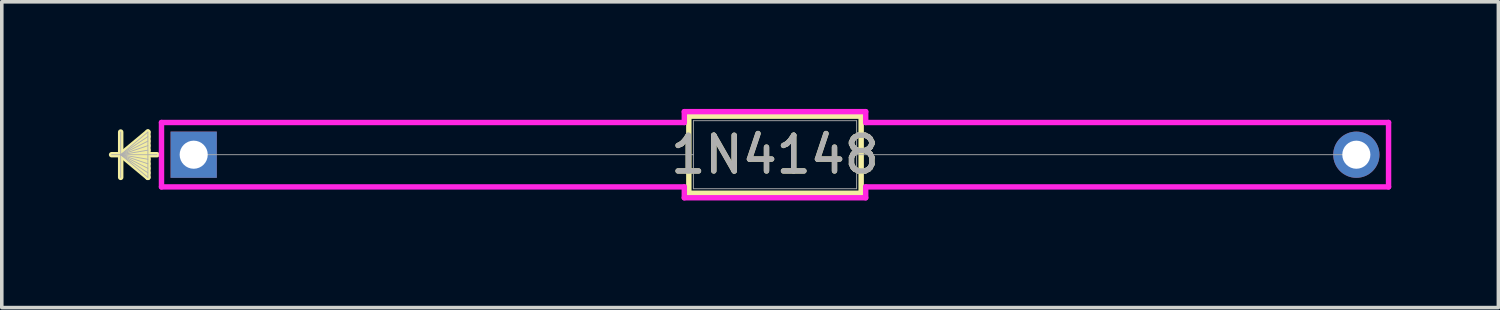
<source format=kicad_pcb>
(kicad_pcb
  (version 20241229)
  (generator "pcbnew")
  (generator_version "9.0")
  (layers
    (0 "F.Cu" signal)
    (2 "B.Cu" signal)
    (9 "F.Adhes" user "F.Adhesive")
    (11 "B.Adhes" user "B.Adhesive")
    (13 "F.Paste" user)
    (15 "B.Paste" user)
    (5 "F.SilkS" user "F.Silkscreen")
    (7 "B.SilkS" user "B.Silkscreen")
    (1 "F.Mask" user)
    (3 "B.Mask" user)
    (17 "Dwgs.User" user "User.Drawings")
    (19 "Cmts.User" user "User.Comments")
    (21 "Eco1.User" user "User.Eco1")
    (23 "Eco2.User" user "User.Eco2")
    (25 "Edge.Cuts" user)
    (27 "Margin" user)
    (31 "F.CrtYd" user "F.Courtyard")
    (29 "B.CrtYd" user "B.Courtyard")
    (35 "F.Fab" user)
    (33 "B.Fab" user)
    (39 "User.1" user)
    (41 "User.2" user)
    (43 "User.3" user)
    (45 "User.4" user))
  (footprint "1N4148"
    (layer "F.Cu")
    (at 2.375 1.283)
    (property "Reference" "1N4148" (at 16.281 0 0) (unlocked yes) (layer "F.SilkS") (effects (font (size 1 1) (thickness 0.15))))
    (attr through_hole)
    (fp_line (start -2.045 -0.635) (end -2.045 0.635) (stroke (width 0.152) (type solid)) (layer "F.SilkS"))
    (fp_line (start -2.045 0) (end -1.283 -0.635) (stroke (width 0.152) (type solid)) (layer "F.SilkS"))
    (fp_line (start -2.045 0) (end -1.283 -0.508) (stroke (width 0.152) (type solid)) (layer "F.SilkS"))
    (fp_line (start -2.045 0) (end -1.283 -0.381) (stroke (width 0.152) (type solid)) (layer "F.SilkS"))
    (fp_line (start -2.045 0) (end -1.283 -0.254) (stroke (width 0.152) (type solid)) (layer "F.SilkS"))
    (fp_line (start -2.045 0) (end -1.283 -0.127) (stroke (width 0.152) (type solid)) (layer "F.SilkS"))
    (fp_line (start -2.045 0) (end -1.283 0.127) (stroke (width 0.152) (type solid)) (layer "F.SilkS"))
    (fp_line (start -2.045 0) (end -1.283 0.254) (stroke (width 0.152) (type solid)) (layer "F.SilkS"))
    (fp_line (start -2.045 0) (end -1.283 0.381) (stroke (width 0.152) (type solid)) (layer "F.SilkS"))
    (fp_line (start -2.045 0) (end -1.283 0.508) (stroke (width 0.152) (type solid)) (layer "F.SilkS"))
    (fp_line (start -2.045 0) (end -1.283 0.635) (stroke (width 0.152) (type solid)) (layer "F.SilkS"))
    (fp_line (start -1.283 -0.635) (end -1.283 0.635) (stroke (width 0.152) (type solid)) (layer "F.SilkS"))
    (fp_line (start -1.029 0) (end -2.299 0) (stroke (width 0.152) (type solid)) (layer "F.SilkS"))
    (fp_line (start 13.868 -1.079) (end 13.868 1.079) (stroke (width 0.152) (type solid)) (layer "F.SilkS"))
    (fp_line (start 13.868 1.079) (end 18.694 1.079) (stroke (width 0.152) (type solid)) (layer "F.SilkS"))
    (fp_line (start 18.694 -1.079) (end 13.868 -1.079) (stroke (width 0.152) (type solid)) (layer "F.SilkS"))
    (fp_line (start 18.694 1.079) (end 18.694 -1.079) (stroke (width 0.152) (type solid)) (layer "F.SilkS"))
    (fp_line (start -0.902 -0.902) (end 13.741 -0.902) (stroke (width 0.152) (type solid)) (layer "F.CrtYd"))
    (fp_line (start -0.902 0.902) (end -0.902 -0.902) (stroke (width 0.152) (type solid)) (layer "F.CrtYd"))
    (fp_line (start 13.741 -1.206) (end 18.821 -1.206) (stroke (width 0.152) (type solid)) (layer "F.CrtYd"))
    (fp_line (start 13.741 -0.902) (end 13.741 -1.206) (stroke (width 0.152) (type solid)) (layer "F.CrtYd"))
    (fp_line (start 13.741 0.902) (end -0.902 0.902) (stroke (width 0.152) (type solid)) (layer "F.CrtYd"))
    (fp_line (start 13.741 1.206) (end 13.741 0.902) (stroke (width 0.152) (type solid)) (layer "F.CrtYd"))
    (fp_line (start 18.821 -1.206) (end 18.821 -0.902) (stroke (width 0.152) (type solid)) (layer "F.CrtYd"))
    (fp_line (start 18.821 -0.902) (end 33.465 -0.902) (stroke (width 0.152) (type solid)) (layer "F.CrtYd"))
    (fp_line (start 18.821 0.902) (end 18.821 1.206) (stroke (width 0.152) (type solid)) (layer "F.CrtYd"))
    (fp_line (start 18.821 1.206) (end 13.741 1.206) (stroke (width 0.152) (type solid)) (layer "F.CrtYd"))
    (fp_line (start 33.465 -0.902) (end 33.465 0.902) (stroke (width 0.152) (type solid)) (layer "F.CrtYd"))
    (fp_line (start 33.465 0.902) (end 18.821 0.902) (stroke (width 0.152) (type solid)) (layer "F.CrtYd"))
    (fp_line (start -2.045 -0.635) (end -2.045 0.635) (stroke (width 0.025) (type solid)) (layer "F.Fab"))
    (fp_line (start -2.045 0) (end -1.283 -0.635) (stroke (width 0.025) (type solid)) (layer "F.Fab"))
    (fp_line (start -2.045 0) (end -1.283 -0.508) (stroke (width 0.025) (type solid)) (layer "F.Fab"))
    (fp_line (start -2.045 0) (end -1.283 -0.381) (stroke (width 0.025) (type solid)) (layer "F.Fab"))
    (fp_line (start -2.045 0) (end -1.283 -0.254) (stroke (width 0.025) (type solid)) (layer "F.Fab"))
    (fp_line (start -2.045 0) (end -1.283 -0.127) (stroke (width 0.025) (type solid)) (layer "F.Fab"))
    (fp_line (start -2.045 0) (end -1.283 0.127) (stroke (width 0.025) (type solid)) (layer "F.Fab"))
    (fp_line (start -2.045 0) (end -1.283 0.254) (stroke (width 0.025) (type solid)) (layer "F.Fab"))
    (fp_line (start -2.045 0) (end -1.283 0.381) (stroke (width 0.025) (type solid)) (layer "F.Fab"))
    (fp_line (start -2.045 0) (end -1.283 0.508) (stroke (width 0.025) (type solid)) (layer "F.Fab"))
    (fp_line (start -2.045 0) (end -1.283 0.635) (stroke (width 0.025) (type solid)) (layer "F.Fab"))
    (fp_line (start -1.283 -0.635) (end -1.283 0.635) (stroke (width 0.025) (type solid)) (layer "F.Fab"))
    (fp_line (start -1.029 0) (end -2.299 0) (stroke (width 0.025) (type solid)) (layer "F.Fab"))
    (fp_line (start 0 0) (end 13.995 0) (stroke (width 0.025) (type solid)) (layer "F.Fab"))
    (fp_line (start 13.995 -0.953) (end 13.995 0.953) (stroke (width 0.025) (type solid)) (layer "F.Fab"))
    (fp_line (start 13.995 0.953) (end 18.567 0.953) (stroke (width 0.025) (type solid)) (layer "F.Fab"))
    (fp_line (start 18.567 -0.953) (end 13.995 -0.953) (stroke (width 0.025) (type solid)) (layer "F.Fab"))
    (fp_line (start 18.567 0.953) (end 18.567 -0.953) (stroke (width 0.025) (type solid)) (layer "F.Fab"))
    (fp_line (start 32.563 0) (end 18.567 0) (stroke (width 0.025) (type solid)) (layer "F.Fab"))
    (fp_text user "${REFERENCE}" (at 16.281 0 0) (unlocked yes) (layer "F.Fab") (effects (font (size 1 1) (thickness 0.15))))
    (pad "1" thru_hole rect (at 0 0) (size 1.295 1.295) (drill 0.787) (layers "*.Cu" "*.Mask"))
    (pad "2" thru_hole circle (at 32.563 0) (size 1.295 1.295) (drill 0.787) (layers "*.Cu" "*.Mask")))
  (gr_rect
    (start -3 -3)
    (end 38.916 5.565)
    (stroke (width 0.1) (type default))
    (fill no)
    (layer "Edge.Cuts")))
</source>
